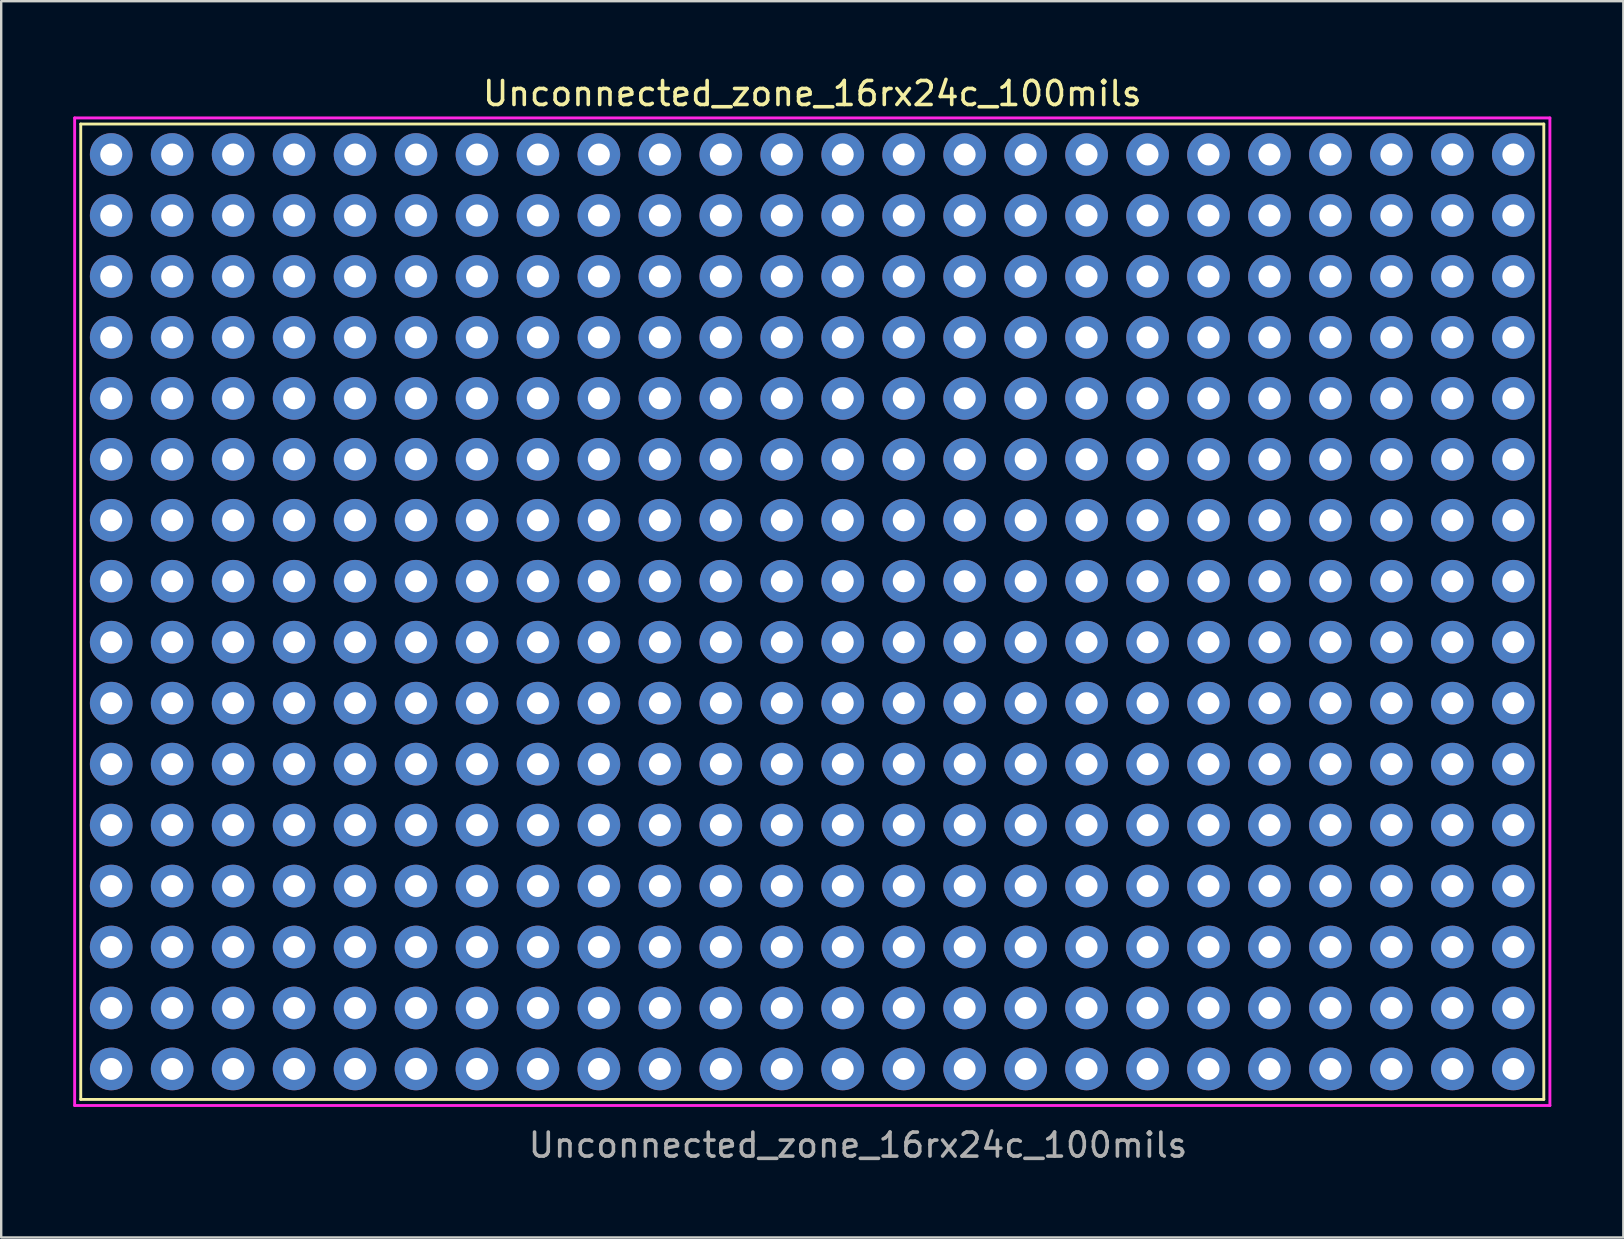
<source format=kicad_pcb>
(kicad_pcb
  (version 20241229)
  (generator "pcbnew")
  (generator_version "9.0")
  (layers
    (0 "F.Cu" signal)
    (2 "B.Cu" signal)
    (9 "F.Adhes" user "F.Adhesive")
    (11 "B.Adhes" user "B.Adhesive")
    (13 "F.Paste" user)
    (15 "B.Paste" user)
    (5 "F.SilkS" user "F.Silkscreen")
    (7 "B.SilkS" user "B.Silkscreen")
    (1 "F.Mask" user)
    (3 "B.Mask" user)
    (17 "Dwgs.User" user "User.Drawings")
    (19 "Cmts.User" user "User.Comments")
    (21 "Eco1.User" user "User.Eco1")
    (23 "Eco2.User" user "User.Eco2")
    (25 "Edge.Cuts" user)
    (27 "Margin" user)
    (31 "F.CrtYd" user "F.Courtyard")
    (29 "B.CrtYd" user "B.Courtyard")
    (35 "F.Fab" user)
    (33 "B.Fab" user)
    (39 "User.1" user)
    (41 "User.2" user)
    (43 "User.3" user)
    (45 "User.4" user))
  (footprint "Unconnected_zone_16rx24c_100mils"
    (layer "F.Cu")
    (at 1.584 3.388)
    (property "Reference" "Unconnected_zone_16rx24c_100mils" (at 29.21 -2.54 0) (layer "F.SilkS") (effects (font (size 1 1) (thickness 0.15))))
    (attr through_hole)
    (fp_line (start -1.27 -1.27) (end 59.69 -1.27) (stroke (width 0.12) (type solid)) (layer "F.SilkS"))
    (fp_line (start -1.27 39.37) (end -1.27 -1.27) (stroke (width 0.12) (type solid)) (layer "F.SilkS"))
    (fp_line (start 59.69 -1.27) (end 59.69 39.37) (stroke (width 0.12) (type solid)) (layer "F.SilkS"))
    (fp_line (start 59.69 39.37) (end -1.27 39.37) (stroke (width 0.12) (type solid)) (layer "F.SilkS"))
    (fp_line (start -1.524 -1.524) (end -1.524 39.624) (stroke (width 0.12) (type solid)) (layer "F.CrtYd"))
    (fp_line (start -1.524 39.624) (end 59.944 39.624) (stroke (width 0.12) (type solid)) (layer "F.CrtYd"))
    (fp_line (start 59.944 -1.524) (end -1.524 -1.524) (stroke (width 0.12) (type solid)) (layer "F.CrtYd"))
    (fp_line (start 59.944 39.624) (end 59.944 -1.524) (stroke (width 0.12) (type solid)) (layer "F.CrtYd"))
    (fp_text user "${REFERENCE}" (at 31.115 41.275 0) (layer "F.Fab") (effects (font (size 1 1) (thickness 0.15))))
    (pad "" thru_hole circle (at 0 0) (size 1.778 1.778) (drill 0.914) (layers "*.Cu" "*.Mask"))
    (pad "" thru_hole circle (at 0 2.54) (size 1.778 1.778) (drill 0.914) (layers "*.Cu" "*.Mask"))
    (pad "" thru_hole circle (at 0 5.08) (size 1.778 1.778) (drill 0.914) (layers "*.Cu" "*.Mask"))
    (pad "" thru_hole circle (at 0 7.62) (size 1.778 1.778) (drill 0.914) (layers "*.Cu" "*.Mask"))
    (pad "" thru_hole circle (at 0 10.16) (size 1.778 1.778) (drill 0.914) (layers "*.Cu" "*.Mask"))
    (pad "" thru_hole circle (at 0 12.7) (size 1.778 1.778) (drill 0.914) (layers "*.Cu" "*.Mask"))
    (pad "" thru_hole circle (at 0 15.24) (size 1.778 1.778) (drill 0.914) (layers "*.Cu" "*.Mask"))
    (pad "" thru_hole circle (at 0 17.78) (size 1.778 1.778) (drill 0.914) (layers "*.Cu" "*.Mask"))
    (pad "" thru_hole circle (at 0 20.32) (size 1.778 1.778) (drill 0.914) (layers "*.Cu" "*.Mask"))
    (pad "" thru_hole circle (at 0 22.86) (size 1.778 1.778) (drill 0.914) (layers "*.Cu" "*.Mask"))
    (pad "" thru_hole circle (at 0 25.4) (size 1.778 1.778) (drill 0.914) (layers "*.Cu" "*.Mask"))
    (pad "" thru_hole circle (at 0 27.94) (size 1.778 1.778) (drill 0.914) (layers "*.Cu" "*.Mask"))
    (pad "" thru_hole circle (at 0 30.48) (size 1.778 1.778) (drill 0.914) (layers "*.Cu" "*.Mask"))
    (pad "" thru_hole circle (at 0 33.02) (size 1.778 1.778) (drill 0.914) (layers "*.Cu" "*.Mask"))
    (pad "" thru_hole circle (at 0 35.56) (size 1.778 1.778) (drill 0.914) (layers "*.Cu" "*.Mask"))
    (pad "" thru_hole circle (at 0 38.1) (size 1.778 1.778) (drill 0.914) (layers "*.Cu" "*.Mask"))
    (pad "" thru_hole circle (at 2.54 0) (size 1.778 1.778) (drill 0.914) (layers "*.Cu" "*.Mask"))
    (pad "" thru_hole circle (at 2.54 2.54) (size 1.778 1.778) (drill 0.914) (layers "*.Cu" "*.Mask"))
    (pad "" thru_hole circle (at 2.54 5.08) (size 1.778 1.778) (drill 0.914) (layers "*.Cu" "*.Mask"))
    (pad "" thru_hole circle (at 2.54 7.62) (size 1.778 1.778) (drill 0.914) (layers "*.Cu" "*.Mask"))
    (pad "" thru_hole circle (at 2.54 10.16) (size 1.778 1.778) (drill 0.914) (layers "*.Cu" "*.Mask"))
    (pad "" thru_hole circle (at 2.54 12.7) (size 1.778 1.778) (drill 0.914) (layers "*.Cu" "*.Mask"))
    (pad "" thru_hole circle (at 2.54 15.24) (size 1.778 1.778) (drill 0.914) (layers "*.Cu" "*.Mask"))
    (pad "" thru_hole circle (at 2.54 17.78) (size 1.778 1.778) (drill 0.914) (layers "*.Cu" "*.Mask"))
    (pad "" thru_hole circle (at 2.54 20.32) (size 1.778 1.778) (drill 0.914) (layers "*.Cu" "*.Mask"))
    (pad "" thru_hole circle (at 2.54 22.86) (size 1.778 1.778) (drill 0.914) (layers "*.Cu" "*.Mask"))
    (pad "" thru_hole circle (at 2.54 25.4) (size 1.778 1.778) (drill 0.914) (layers "*.Cu" "*.Mask"))
    (pad "" thru_hole circle (at 2.54 27.94) (size 1.778 1.778) (drill 0.914) (layers "*.Cu" "*.Mask"))
    (pad "" thru_hole circle (at 2.54 30.48) (size 1.778 1.778) (drill 0.914) (layers "*.Cu" "*.Mask"))
    (pad "" thru_hole circle (at 2.54 33.02) (size 1.778 1.778) (drill 0.914) (layers "*.Cu" "*.Mask"))
    (pad "" thru_hole circle (at 2.54 35.56) (size 1.778 1.778) (drill 0.914) (layers "*.Cu" "*.Mask"))
    (pad "" thru_hole circle (at 2.54 38.1) (size 1.778 1.778) (drill 0.914) (layers "*.Cu" "*.Mask"))
    (pad "" thru_hole circle (at 5.08 0) (size 1.778 1.778) (drill 0.914) (layers "*.Cu" "*.Mask"))
    (pad "" thru_hole circle (at 5.08 2.54) (size 1.778 1.778) (drill 0.914) (layers "*.Cu" "*.Mask"))
    (pad "" thru_hole circle (at 5.08 5.08) (size 1.778 1.778) (drill 0.914) (layers "*.Cu" "*.Mask"))
    (pad "" thru_hole circle (at 5.08 7.62) (size 1.778 1.778) (drill 0.914) (layers "*.Cu" "*.Mask"))
    (pad "" thru_hole circle (at 5.08 10.16) (size 1.778 1.778) (drill 0.914) (layers "*.Cu" "*.Mask"))
    (pad "" thru_hole circle (at 5.08 12.7) (size 1.778 1.778) (drill 0.914) (layers "*.Cu" "*.Mask"))
    (pad "" thru_hole circle (at 5.08 15.24) (size 1.778 1.778) (drill 0.914) (layers "*.Cu" "*.Mask"))
    (pad "" thru_hole circle (at 5.08 17.78) (size 1.778 1.778) (drill 0.914) (layers "*.Cu" "*.Mask"))
    (pad "" thru_hole circle (at 5.08 20.32) (size 1.778 1.778) (drill 0.914) (layers "*.Cu" "*.Mask"))
    (pad "" thru_hole circle (at 5.08 22.86) (size 1.778 1.778) (drill 0.914) (layers "*.Cu" "*.Mask"))
    (pad "" thru_hole circle (at 5.08 25.4) (size 1.778 1.778) (drill 0.914) (layers "*.Cu" "*.Mask"))
    (pad "" thru_hole circle (at 5.08 27.94) (size 1.778 1.778) (drill 0.914) (layers "*.Cu" "*.Mask"))
    (pad "" thru_hole circle (at 5.08 30.48) (size 1.778 1.778) (drill 0.914) (layers "*.Cu" "*.Mask"))
    (pad "" thru_hole circle (at 5.08 33.02) (size 1.778 1.778) (drill 0.914) (layers "*.Cu" "*.Mask"))
    (pad "" thru_hole circle (at 5.08 35.56) (size 1.778 1.778) (drill 0.914) (layers "*.Cu" "*.Mask"))
    (pad "" thru_hole circle (at 5.08 38.1) (size 1.778 1.778) (drill 0.914) (layers "*.Cu" "*.Mask"))
    (pad "" thru_hole circle (at 7.62 0) (size 1.778 1.778) (drill 0.914) (layers "*.Cu" "*.Mask"))
    (pad "" thru_hole circle (at 7.62 2.54) (size 1.778 1.778) (drill 0.914) (layers "*.Cu" "*.Mask"))
    (pad "" thru_hole circle (at 7.62 5.08) (size 1.778 1.778) (drill 0.914) (layers "*.Cu" "*.Mask"))
    (pad "" thru_hole circle (at 7.62 7.62) (size 1.778 1.778) (drill 0.914) (layers "*.Cu" "*.Mask"))
    (pad "" thru_hole circle (at 7.62 10.16) (size 1.778 1.778) (drill 0.914) (layers "*.Cu" "*.Mask"))
    (pad "" thru_hole circle (at 7.62 12.7) (size 1.778 1.778) (drill 0.914) (layers "*.Cu" "*.Mask"))
    (pad "" thru_hole circle (at 7.62 15.24) (size 1.778 1.778) (drill 0.914) (layers "*.Cu" "*.Mask"))
    (pad "" thru_hole circle (at 7.62 17.78) (size 1.778 1.778) (drill 0.914) (layers "*.Cu" "*.Mask"))
    (pad "" thru_hole circle (at 7.62 20.32) (size 1.778 1.778) (drill 0.914) (layers "*.Cu" "*.Mask"))
    (pad "" thru_hole circle (at 7.62 22.86) (size 1.778 1.778) (drill 0.914) (layers "*.Cu" "*.Mask"))
    (pad "" thru_hole circle (at 7.62 25.4) (size 1.778 1.778) (drill 0.914) (layers "*.Cu" "*.Mask"))
    (pad "" thru_hole circle (at 7.62 27.94) (size 1.778 1.778) (drill 0.914) (layers "*.Cu" "*.Mask"))
    (pad "" thru_hole circle (at 7.62 30.48) (size 1.778 1.778) (drill 0.914) (layers "*.Cu" "*.Mask"))
    (pad "" thru_hole circle (at 7.62 33.02) (size 1.778 1.778) (drill 0.914) (layers "*.Cu" "*.Mask"))
    (pad "" thru_hole circle (at 7.62 35.56) (size 1.778 1.778) (drill 0.914) (layers "*.Cu" "*.Mask"))
    (pad "" thru_hole circle (at 7.62 38.1) (size 1.778 1.778) (drill 0.914) (layers "*.Cu" "*.Mask"))
    (pad "" thru_hole circle (at 10.16 0) (size 1.778 1.778) (drill 0.914) (layers "*.Cu" "*.Mask"))
    (pad "" thru_hole circle (at 10.16 2.54) (size 1.778 1.778) (drill 0.914) (layers "*.Cu" "*.Mask"))
    (pad "" thru_hole circle (at 10.16 5.08) (size 1.778 1.778) (drill 0.914) (layers "*.Cu" "*.Mask"))
    (pad "" thru_hole circle (at 10.16 7.62) (size 1.778 1.778) (drill 0.914) (layers "*.Cu" "*.Mask"))
    (pad "" thru_hole circle (at 10.16 10.16) (size 1.778 1.778) (drill 0.914) (layers "*.Cu" "*.Mask"))
    (pad "" thru_hole circle (at 10.16 12.7) (size 1.778 1.778) (drill 0.914) (layers "*.Cu" "*.Mask"))
    (pad "" thru_hole circle (at 10.16 15.24) (size 1.778 1.778) (drill 0.914) (layers "*.Cu" "*.Mask"))
    (pad "" thru_hole circle (at 10.16 17.78) (size 1.778 1.778) (drill 0.914) (layers "*.Cu" "*.Mask"))
    (pad "" thru_hole circle (at 10.16 20.32) (size 1.778 1.778) (drill 0.914) (layers "*.Cu" "*.Mask"))
    (pad "" thru_hole circle (at 10.16 22.86) (size 1.778 1.778) (drill 0.914) (layers "*.Cu" "*.Mask"))
    (pad "" thru_hole circle (at 10.16 25.4) (size 1.778 1.778) (drill 0.914) (layers "*.Cu" "*.Mask"))
    (pad "" thru_hole circle (at 10.16 27.94) (size 1.778 1.778) (drill 0.914) (layers "*.Cu" "*.Mask"))
    (pad "" thru_hole circle (at 10.16 30.48) (size 1.778 1.778) (drill 0.914) (layers "*.Cu" "*.Mask"))
    (pad "" thru_hole circle (at 10.16 33.02) (size 1.778 1.778) (drill 0.914) (layers "*.Cu" "*.Mask"))
    (pad "" thru_hole circle (at 10.16 35.56) (size 1.778 1.778) (drill 0.914) (layers "*.Cu" "*.Mask"))
    (pad "" thru_hole circle (at 10.16 38.1) (size 1.778 1.778) (drill 0.914) (layers "*.Cu" "*.Mask"))
    (pad "" thru_hole circle (at 12.7 0) (size 1.778 1.778) (drill 0.914) (layers "*.Cu" "*.Mask"))
    (pad "" thru_hole circle (at 12.7 2.54) (size 1.778 1.778) (drill 0.914) (layers "*.Cu" "*.Mask"))
    (pad "" thru_hole circle (at 12.7 5.08) (size 1.778 1.778) (drill 0.914) (layers "*.Cu" "*.Mask"))
    (pad "" thru_hole circle (at 12.7 7.62) (size 1.778 1.778) (drill 0.914) (layers "*.Cu" "*.Mask"))
    (pad "" thru_hole circle (at 12.7 10.16) (size 1.778 1.778) (drill 0.914) (layers "*.Cu" "*.Mask"))
    (pad "" thru_hole circle (at 12.7 12.7) (size 1.778 1.778) (drill 0.914) (layers "*.Cu" "*.Mask"))
    (pad "" thru_hole circle (at 12.7 15.24) (size 1.778 1.778) (drill 0.914) (layers "*.Cu" "*.Mask"))
    (pad "" thru_hole circle (at 12.7 17.78) (size 1.778 1.778) (drill 0.914) (layers "*.Cu" "*.Mask"))
    (pad "" thru_hole circle (at 12.7 20.32) (size 1.778 1.778) (drill 0.914) (layers "*.Cu" "*.Mask"))
    (pad "" thru_hole circle (at 12.7 22.86) (size 1.778 1.778) (drill 0.914) (layers "*.Cu" "*.Mask"))
    (pad "" thru_hole circle (at 12.7 25.4) (size 1.778 1.778) (drill 0.914) (layers "*.Cu" "*.Mask"))
    (pad "" thru_hole circle (at 12.7 27.94) (size 1.778 1.778) (drill 0.914) (layers "*.Cu" "*.Mask"))
    (pad "" thru_hole circle (at 12.7 30.48) (size 1.778 1.778) (drill 0.914) (layers "*.Cu" "*.Mask"))
    (pad "" thru_hole circle (at 12.7 33.02) (size 1.778 1.778) (drill 0.914) (layers "*.Cu" "*.Mask"))
    (pad "" thru_hole circle (at 12.7 35.56) (size 1.778 1.778) (drill 0.914) (layers "*.Cu" "*.Mask"))
    (pad "" thru_hole circle (at 12.7 38.1) (size 1.778 1.778) (drill 0.914) (layers "*.Cu" "*.Mask"))
    (pad "" thru_hole circle (at 15.24 0) (size 1.778 1.778) (drill 0.914) (layers "*.Cu" "*.Mask"))
    (pad "" thru_hole circle (at 15.24 2.54) (size 1.778 1.778) (drill 0.914) (layers "*.Cu" "*.Mask"))
    (pad "" thru_hole circle (at 15.24 5.08) (size 1.778 1.778) (drill 0.914) (layers "*.Cu" "*.Mask"))
    (pad "" thru_hole circle (at 15.24 7.62) (size 1.778 1.778) (drill 0.914) (layers "*.Cu" "*.Mask"))
    (pad "" thru_hole circle (at 15.24 10.16) (size 1.778 1.778) (drill 0.914) (layers "*.Cu" "*.Mask"))
    (pad "" thru_hole circle (at 15.24 12.7) (size 1.778 1.778) (drill 0.914) (layers "*.Cu" "*.Mask"))
    (pad "" thru_hole circle (at 15.24 15.24) (size 1.778 1.778) (drill 0.914) (layers "*.Cu" "*.Mask"))
    (pad "" thru_hole circle (at 15.24 17.78) (size 1.778 1.778) (drill 0.914) (layers "*.Cu" "*.Mask"))
    (pad "" thru_hole circle (at 15.24 20.32) (size 1.778 1.778) (drill 0.914) (layers "*.Cu" "*.Mask"))
    (pad "" thru_hole circle (at 15.24 22.86) (size 1.778 1.778) (drill 0.914) (layers "*.Cu" "*.Mask"))
    (pad "" thru_hole circle (at 15.24 25.4) (size 1.778 1.778) (drill 0.914) (layers "*.Cu" "*.Mask"))
    (pad "" thru_hole circle (at 15.24 27.94) (size 1.778 1.778) (drill 0.914) (layers "*.Cu" "*.Mask"))
    (pad "" thru_hole circle (at 15.24 30.48) (size 1.778 1.778) (drill 0.914) (layers "*.Cu" "*.Mask"))
    (pad "" thru_hole circle (at 15.24 33.02) (size 1.778 1.778) (drill 0.914) (layers "*.Cu" "*.Mask"))
    (pad "" thru_hole circle (at 15.24 35.56) (size 1.778 1.778) (drill 0.914) (layers "*.Cu" "*.Mask"))
    (pad "" thru_hole circle (at 15.24 38.1) (size 1.778 1.778) (drill 0.914) (layers "*.Cu" "*.Mask"))
    (pad "" thru_hole circle (at 17.78 0) (size 1.778 1.778) (drill 0.914) (layers "*.Cu" "*.Mask"))
    (pad "" thru_hole circle (at 17.78 2.54) (size 1.778 1.778) (drill 0.914) (layers "*.Cu" "*.Mask"))
    (pad "" thru_hole circle (at 17.78 5.08) (size 1.778 1.778) (drill 0.914) (layers "*.Cu" "*.Mask"))
    (pad "" thru_hole circle (at 17.78 7.62) (size 1.778 1.778) (drill 0.914) (layers "*.Cu" "*.Mask"))
    (pad "" thru_hole circle (at 17.78 10.16) (size 1.778 1.778) (drill 0.914) (layers "*.Cu" "*.Mask"))
    (pad "" thru_hole circle (at 17.78 12.7) (size 1.778 1.778) (drill 0.914) (layers "*.Cu" "*.Mask"))
    (pad "" thru_hole circle (at 17.78 15.24) (size 1.778 1.778) (drill 0.914) (layers "*.Cu" "*.Mask"))
    (pad "" thru_hole circle (at 17.78 17.78) (size 1.778 1.778) (drill 0.914) (layers "*.Cu" "*.Mask"))
    (pad "" thru_hole circle (at 17.78 20.32) (size 1.778 1.778) (drill 0.914) (layers "*.Cu" "*.Mask"))
    (pad "" thru_hole circle (at 17.78 22.86) (size 1.778 1.778) (drill 0.914) (layers "*.Cu" "*.Mask"))
    (pad "" thru_hole circle (at 17.78 25.4) (size 1.778 1.778) (drill 0.914) (layers "*.Cu" "*.Mask"))
    (pad "" thru_hole circle (at 17.78 27.94) (size 1.778 1.778) (drill 0.914) (layers "*.Cu" "*.Mask"))
    (pad "" thru_hole circle (at 17.78 30.48) (size 1.778 1.778) (drill 0.914) (layers "*.Cu" "*.Mask"))
    (pad "" thru_hole circle (at 17.78 33.02) (size 1.778 1.778) (drill 0.914) (layers "*.Cu" "*.Mask"))
    (pad "" thru_hole circle (at 17.78 35.56) (size 1.778 1.778) (drill 0.914) (layers "*.Cu" "*.Mask"))
    (pad "" thru_hole circle (at 17.78 38.1) (size 1.778 1.778) (drill 0.914) (layers "*.Cu" "*.Mask"))
    (pad "" thru_hole circle (at 20.32 0) (size 1.778 1.778) (drill 0.914) (layers "*.Cu" "*.Mask"))
    (pad "" thru_hole circle (at 20.32 2.54) (size 1.778 1.778) (drill 0.914) (layers "*.Cu" "*.Mask"))
    (pad "" thru_hole circle (at 20.32 5.08) (size 1.778 1.778) (drill 0.914) (layers "*.Cu" "*.Mask"))
    (pad "" thru_hole circle (at 20.32 7.62) (size 1.778 1.778) (drill 0.914) (layers "*.Cu" "*.Mask"))
    (pad "" thru_hole circle (at 20.32 10.16) (size 1.778 1.778) (drill 0.914) (layers "*.Cu" "*.Mask"))
    (pad "" thru_hole circle (at 20.32 12.7) (size 1.778 1.778) (drill 0.914) (layers "*.Cu" "*.Mask"))
    (pad "" thru_hole circle (at 20.32 15.24) (size 1.778 1.778) (drill 0.914) (layers "*.Cu" "*.Mask"))
    (pad "" thru_hole circle (at 20.32 17.78) (size 1.778 1.778) (drill 0.914) (layers "*.Cu" "*.Mask"))
    (pad "" thru_hole circle (at 20.32 20.32) (size 1.778 1.778) (drill 0.914) (layers "*.Cu" "*.Mask"))
    (pad "" thru_hole circle (at 20.32 22.86) (size 1.778 1.778) (drill 0.914) (layers "*.Cu" "*.Mask"))
    (pad "" thru_hole circle (at 20.32 25.4) (size 1.778 1.778) (drill 0.914) (layers "*.Cu" "*.Mask"))
    (pad "" thru_hole circle (at 20.32 27.94) (size 1.778 1.778) (drill 0.914) (layers "*.Cu" "*.Mask"))
    (pad "" thru_hole circle (at 20.32 30.48) (size 1.778 1.778) (drill 0.914) (layers "*.Cu" "*.Mask"))
    (pad "" thru_hole circle (at 20.32 33.02) (size 1.778 1.778) (drill 0.914) (layers "*.Cu" "*.Mask"))
    (pad "" thru_hole circle (at 20.32 35.56) (size 1.778 1.778) (drill 0.914) (layers "*.Cu" "*.Mask"))
    (pad "" thru_hole circle (at 20.32 38.1) (size 1.778 1.778) (drill 0.914) (layers "*.Cu" "*.Mask"))
    (pad "" thru_hole circle (at 22.86 0) (size 1.778 1.778) (drill 0.914) (layers "*.Cu" "*.Mask"))
    (pad "" thru_hole circle (at 22.86 2.54) (size 1.778 1.778) (drill 0.914) (layers "*.Cu" "*.Mask"))
    (pad "" thru_hole circle (at 22.86 5.08) (size 1.778 1.778) (drill 0.914) (layers "*.Cu" "*.Mask"))
    (pad "" thru_hole circle (at 22.86 7.62) (size 1.778 1.778) (drill 0.914) (layers "*.Cu" "*.Mask"))
    (pad "" thru_hole circle (at 22.86 10.16) (size 1.778 1.778) (drill 0.914) (layers "*.Cu" "*.Mask"))
    (pad "" thru_hole circle (at 22.86 12.7) (size 1.778 1.778) (drill 0.914) (layers "*.Cu" "*.Mask"))
    (pad "" thru_hole circle (at 22.86 15.24) (size 1.778 1.778) (drill 0.914) (layers "*.Cu" "*.Mask"))
    (pad "" thru_hole circle (at 22.86 17.78) (size 1.778 1.778) (drill 0.914) (layers "*.Cu" "*.Mask"))
    (pad "" thru_hole circle (at 22.86 20.32) (size 1.778 1.778) (drill 0.914) (layers "*.Cu" "*.Mask"))
    (pad "" thru_hole circle (at 22.86 22.86) (size 1.778 1.778) (drill 0.914) (layers "*.Cu" "*.Mask"))
    (pad "" thru_hole circle (at 22.86 25.4) (size 1.778 1.778) (drill 0.914) (layers "*.Cu" "*.Mask"))
    (pad "" thru_hole circle (at 22.86 27.94) (size 1.778 1.778) (drill 0.914) (layers "*.Cu" "*.Mask"))
    (pad "" thru_hole circle (at 22.86 30.48) (size 1.778 1.778) (drill 0.914) (layers "*.Cu" "*.Mask"))
    (pad "" thru_hole circle (at 22.86 33.02) (size 1.778 1.778) (drill 0.914) (layers "*.Cu" "*.Mask"))
    (pad "" thru_hole circle (at 22.86 35.56) (size 1.778 1.778) (drill 0.914) (layers "*.Cu" "*.Mask"))
    (pad "" thru_hole circle (at 22.86 38.1) (size 1.778 1.778) (drill 0.914) (layers "*.Cu" "*.Mask"))
    (pad "" thru_hole circle (at 25.4 0) (size 1.778 1.778) (drill 0.914) (layers "*.Cu" "*.Mask"))
    (pad "" thru_hole circle (at 25.4 2.54) (size 1.778 1.778) (drill 0.914) (layers "*.Cu" "*.Mask"))
    (pad "" thru_hole circle (at 25.4 5.08) (size 1.778 1.778) (drill 0.914) (layers "*.Cu" "*.Mask"))
    (pad "" thru_hole circle (at 25.4 7.62) (size 1.778 1.778) (drill 0.914) (layers "*.Cu" "*.Mask"))
    (pad "" thru_hole circle (at 25.4 10.16) (size 1.778 1.778) (drill 0.914) (layers "*.Cu" "*.Mask"))
    (pad "" thru_hole circle (at 25.4 12.7) (size 1.778 1.778) (drill 0.914) (layers "*.Cu" "*.Mask"))
    (pad "" thru_hole circle (at 25.4 15.24) (size 1.778 1.778) (drill 0.914) (layers "*.Cu" "*.Mask"))
    (pad "" thru_hole circle (at 25.4 17.78) (size 1.778 1.778) (drill 0.914) (layers "*.Cu" "*.Mask"))
    (pad "" thru_hole circle (at 25.4 20.32) (size 1.778 1.778) (drill 0.914) (layers "*.Cu" "*.Mask"))
    (pad "" thru_hole circle (at 25.4 22.86) (size 1.778 1.778) (drill 0.914) (layers "*.Cu" "*.Mask"))
    (pad "" thru_hole circle (at 25.4 25.4) (size 1.778 1.778) (drill 0.914) (layers "*.Cu" "*.Mask"))
    (pad "" thru_hole circle (at 25.4 27.94) (size 1.778 1.778) (drill 0.914) (layers "*.Cu" "*.Mask"))
    (pad "" thru_hole circle (at 25.4 30.48) (size 1.778 1.778) (drill 0.914) (layers "*.Cu" "*.Mask"))
    (pad "" thru_hole circle (at 25.4 33.02) (size 1.778 1.778) (drill 0.914) (layers "*.Cu" "*.Mask"))
    (pad "" thru_hole circle (at 25.4 35.56) (size 1.778 1.778) (drill 0.914) (layers "*.Cu" "*.Mask"))
    (pad "" thru_hole circle (at 25.4 38.1) (size 1.778 1.778) (drill 0.914) (layers "*.Cu" "*.Mask"))
    (pad "" thru_hole circle (at 27.94 0) (size 1.778 1.778) (drill 0.914) (layers "*.Cu" "*.Mask"))
    (pad "" thru_hole circle (at 27.94 2.54) (size 1.778 1.778) (drill 0.914) (layers "*.Cu" "*.Mask"))
    (pad "" thru_hole circle (at 27.94 5.08) (size 1.778 1.778) (drill 0.914) (layers "*.Cu" "*.Mask"))
    (pad "" thru_hole circle (at 27.94 7.62) (size 1.778 1.778) (drill 0.914) (layers "*.Cu" "*.Mask"))
    (pad "" thru_hole circle (at 27.94 10.16) (size 1.778 1.778) (drill 0.914) (layers "*.Cu" "*.Mask"))
    (pad "" thru_hole circle (at 27.94 12.7) (size 1.778 1.778) (drill 0.914) (layers "*.Cu" "*.Mask"))
    (pad "" thru_hole circle (at 27.94 15.24) (size 1.778 1.778) (drill 0.914) (layers "*.Cu" "*.Mask"))
    (pad "" thru_hole circle (at 27.94 17.78) (size 1.778 1.778) (drill 0.914) (layers "*.Cu" "*.Mask"))
    (pad "" thru_hole circle (at 27.94 20.32) (size 1.778 1.778) (drill 0.914) (layers "*.Cu" "*.Mask"))
    (pad "" thru_hole circle (at 27.94 22.86) (size 1.778 1.778) (drill 0.914) (layers "*.Cu" "*.Mask"))
    (pad "" thru_hole circle (at 27.94 25.4) (size 1.778 1.778) (drill 0.914) (layers "*.Cu" "*.Mask"))
    (pad "" thru_hole circle (at 27.94 27.94) (size 1.778 1.778) (drill 0.914) (layers "*.Cu" "*.Mask"))
    (pad "" thru_hole circle (at 27.94 30.48) (size 1.778 1.778) (drill 0.914) (layers "*.Cu" "*.Mask"))
    (pad "" thru_hole circle (at 27.94 33.02) (size 1.778 1.778) (drill 0.914) (layers "*.Cu" "*.Mask"))
    (pad "" thru_hole circle (at 27.94 35.56) (size 1.778 1.778) (drill 0.914) (layers "*.Cu" "*.Mask"))
    (pad "" thru_hole circle (at 27.94 38.1) (size 1.778 1.778) (drill 0.914) (layers "*.Cu" "*.Mask"))
    (pad "" thru_hole circle (at 30.48 0) (size 1.778 1.778) (drill 0.914) (layers "*.Cu" "*.Mask"))
    (pad "" thru_hole circle (at 30.48 2.54) (size 1.778 1.778) (drill 0.914) (layers "*.Cu" "*.Mask"))
    (pad "" thru_hole circle (at 30.48 5.08) (size 1.778 1.778) (drill 0.914) (layers "*.Cu" "*.Mask"))
    (pad "" thru_hole circle (at 30.48 7.62) (size 1.778 1.778) (drill 0.914) (layers "*.Cu" "*.Mask"))
    (pad "" thru_hole circle (at 30.48 10.16) (size 1.778 1.778) (drill 0.914) (layers "*.Cu" "*.Mask"))
    (pad "" thru_hole circle (at 30.48 12.7) (size 1.778 1.778) (drill 0.914) (layers "*.Cu" "*.Mask"))
    (pad "" thru_hole circle (at 30.48 15.24) (size 1.778 1.778) (drill 0.914) (layers "*.Cu" "*.Mask"))
    (pad "" thru_hole circle (at 30.48 17.78) (size 1.778 1.778) (drill 0.914) (layers "*.Cu" "*.Mask"))
    (pad "" thru_hole circle (at 30.48 20.32) (size 1.778 1.778) (drill 0.914) (layers "*.Cu" "*.Mask"))
    (pad "" thru_hole circle (at 30.48 22.86) (size 1.778 1.778) (drill 0.914) (layers "*.Cu" "*.Mask"))
    (pad "" thru_hole circle (at 30.48 25.4) (size 1.778 1.778) (drill 0.914) (layers "*.Cu" "*.Mask"))
    (pad "" thru_hole circle (at 30.48 27.94) (size 1.778 1.778) (drill 0.914) (layers "*.Cu" "*.Mask"))
    (pad "" thru_hole circle (at 30.48 30.48) (size 1.778 1.778) (drill 0.914) (layers "*.Cu" "*.Mask"))
    (pad "" thru_hole circle (at 30.48 33.02) (size 1.778 1.778) (drill 0.914) (layers "*.Cu" "*.Mask"))
    (pad "" thru_hole circle (at 30.48 35.56) (size 1.778 1.778) (drill 0.914) (layers "*.Cu" "*.Mask"))
    (pad "" thru_hole circle (at 30.48 38.1) (size 1.778 1.778) (drill 0.914) (layers "*.Cu" "*.Mask"))
    (pad "" thru_hole circle (at 33.02 0) (size 1.778 1.778) (drill 0.914) (layers "*.Cu" "*.Mask"))
    (pad "" thru_hole circle (at 33.02 2.54) (size 1.778 1.778) (drill 0.914) (layers "*.Cu" "*.Mask"))
    (pad "" thru_hole circle (at 33.02 5.08) (size 1.778 1.778) (drill 0.914) (layers "*.Cu" "*.Mask"))
    (pad "" thru_hole circle (at 33.02 7.62) (size 1.778 1.778) (drill 0.914) (layers "*.Cu" "*.Mask"))
    (pad "" thru_hole circle (at 33.02 10.16) (size 1.778 1.778) (drill 0.914) (layers "*.Cu" "*.Mask"))
    (pad "" thru_hole circle (at 33.02 12.7) (size 1.778 1.778) (drill 0.914) (layers "*.Cu" "*.Mask"))
    (pad "" thru_hole circle (at 33.02 15.24) (size 1.778 1.778) (drill 0.914) (layers "*.Cu" "*.Mask"))
    (pad "" thru_hole circle (at 33.02 17.78) (size 1.778 1.778) (drill 0.914) (layers "*.Cu" "*.Mask"))
    (pad "" thru_hole circle (at 33.02 20.32) (size 1.778 1.778) (drill 0.914) (layers "*.Cu" "*.Mask"))
    (pad "" thru_hole circle (at 33.02 22.86) (size 1.778 1.778) (drill 0.914) (layers "*.Cu" "*.Mask"))
    (pad "" thru_hole circle (at 33.02 25.4) (size 1.778 1.778) (drill 0.914) (layers "*.Cu" "*.Mask"))
    (pad "" thru_hole circle (at 33.02 27.94) (size 1.778 1.778) (drill 0.914) (layers "*.Cu" "*.Mask"))
    (pad "" thru_hole circle (at 33.02 30.48) (size 1.778 1.778) (drill 0.914) (layers "*.Cu" "*.Mask"))
    (pad "" thru_hole circle (at 33.02 33.02) (size 1.778 1.778) (drill 0.914) (layers "*.Cu" "*.Mask"))
    (pad "" thru_hole circle (at 33.02 35.56) (size 1.778 1.778) (drill 0.914) (layers "*.Cu" "*.Mask"))
    (pad "" thru_hole circle (at 33.02 38.1) (size 1.778 1.778) (drill 0.914) (layers "*.Cu" "*.Mask"))
    (pad "" thru_hole circle (at 35.56 0) (size 1.778 1.778) (drill 0.914) (layers "*.Cu" "*.Mask"))
    (pad "" thru_hole circle (at 35.56 2.54) (size 1.778 1.778) (drill 0.914) (layers "*.Cu" "*.Mask"))
    (pad "" thru_hole circle (at 35.56 5.08) (size 1.778 1.778) (drill 0.914) (layers "*.Cu" "*.Mask"))
    (pad "" thru_hole circle (at 35.56 7.62) (size 1.778 1.778) (drill 0.914) (layers "*.Cu" "*.Mask"))
    (pad "" thru_hole circle (at 35.56 10.16) (size 1.778 1.778) (drill 0.914) (layers "*.Cu" "*.Mask"))
    (pad "" thru_hole circle (at 35.56 12.7) (size 1.778 1.778) (drill 0.914) (layers "*.Cu" "*.Mask"))
    (pad "" thru_hole circle (at 35.56 15.24) (size 1.778 1.778) (drill 0.914) (layers "*.Cu" "*.Mask"))
    (pad "" thru_hole circle (at 35.56 17.78) (size 1.778 1.778) (drill 0.914) (layers "*.Cu" "*.Mask"))
    (pad "" thru_hole circle (at 35.56 20.32) (size 1.778 1.778) (drill 0.914) (layers "*.Cu" "*.Mask"))
    (pad "" thru_hole circle (at 35.56 22.86) (size 1.778 1.778) (drill 0.914) (layers "*.Cu" "*.Mask"))
    (pad "" thru_hole circle (at 35.56 25.4) (size 1.778 1.778) (drill 0.914) (layers "*.Cu" "*.Mask"))
    (pad "" thru_hole circle (at 35.56 27.94) (size 1.778 1.778) (drill 0.914) (layers "*.Cu" "*.Mask"))
    (pad "" thru_hole circle (at 35.56 30.48) (size 1.778 1.778) (drill 0.914) (layers "*.Cu" "*.Mask"))
    (pad "" thru_hole circle (at 35.56 33.02) (size 1.778 1.778) (drill 0.914) (layers "*.Cu" "*.Mask"))
    (pad "" thru_hole circle (at 35.56 35.56) (size 1.778 1.778) (drill 0.914) (layers "*.Cu" "*.Mask"))
    (pad "" thru_hole circle (at 35.56 38.1) (size 1.778 1.778) (drill 0.914) (layers "*.Cu" "*.Mask"))
    (pad "" thru_hole circle (at 38.1 0) (size 1.778 1.778) (drill 0.914) (layers "*.Cu" "*.Mask"))
    (pad "" thru_hole circle (at 38.1 2.54) (size 1.778 1.778) (drill 0.914) (layers "*.Cu" "*.Mask"))
    (pad "" thru_hole circle (at 38.1 5.08) (size 1.778 1.778) (drill 0.914) (layers "*.Cu" "*.Mask"))
    (pad "" thru_hole circle (at 38.1 7.62) (size 1.778 1.778) (drill 0.914) (layers "*.Cu" "*.Mask"))
    (pad "" thru_hole circle (at 38.1 10.16) (size 1.778 1.778) (drill 0.914) (layers "*.Cu" "*.Mask"))
    (pad "" thru_hole circle (at 38.1 12.7) (size 1.778 1.778) (drill 0.914) (layers "*.Cu" "*.Mask"))
    (pad "" thru_hole circle (at 38.1 15.24) (size 1.778 1.778) (drill 0.914) (layers "*.Cu" "*.Mask"))
    (pad "" thru_hole circle (at 38.1 17.78) (size 1.778 1.778) (drill 0.914) (layers "*.Cu" "*.Mask"))
    (pad "" thru_hole circle (at 38.1 20.32) (size 1.778 1.778) (drill 0.914) (layers "*.Cu" "*.Mask"))
    (pad "" thru_hole circle (at 38.1 22.86) (size 1.778 1.778) (drill 0.914) (layers "*.Cu" "*.Mask"))
    (pad "" thru_hole circle (at 38.1 25.4) (size 1.778 1.778) (drill 0.914) (layers "*.Cu" "*.Mask"))
    (pad "" thru_hole circle (at 38.1 27.94) (size 1.778 1.778) (drill 0.914) (layers "*.Cu" "*.Mask"))
    (pad "" thru_hole circle (at 38.1 30.48) (size 1.778 1.778) (drill 0.914) (layers "*.Cu" "*.Mask"))
    (pad "" thru_hole circle (at 38.1 33.02) (size 1.778 1.778) (drill 0.914) (layers "*.Cu" "*.Mask"))
    (pad "" thru_hole circle (at 38.1 35.56) (size 1.778 1.778) (drill 0.914) (layers "*.Cu" "*.Mask"))
    (pad "" thru_hole circle (at 38.1 38.1) (size 1.778 1.778) (drill 0.914) (layers "*.Cu" "*.Mask"))
    (pad "" thru_hole circle (at 40.64 0) (size 1.778 1.778) (drill 0.914) (layers "*.Cu" "*.Mask"))
    (pad "" thru_hole circle (at 40.64 2.54) (size 1.778 1.778) (drill 0.914) (layers "*.Cu" "*.Mask"))
    (pad "" thru_hole circle (at 40.64 5.08) (size 1.778 1.778) (drill 0.914) (layers "*.Cu" "*.Mask"))
    (pad "" thru_hole circle (at 40.64 7.62) (size 1.778 1.778) (drill 0.914) (layers "*.Cu" "*.Mask"))
    (pad "" thru_hole circle (at 40.64 10.16) (size 1.778 1.778) (drill 0.914) (layers "*.Cu" "*.Mask"))
    (pad "" thru_hole circle (at 40.64 12.7) (size 1.778 1.778) (drill 0.914) (layers "*.Cu" "*.Mask"))
    (pad "" thru_hole circle (at 40.64 15.24) (size 1.778 1.778) (drill 0.914) (layers "*.Cu" "*.Mask"))
    (pad "" thru_hole circle (at 40.64 17.78) (size 1.778 1.778) (drill 0.914) (layers "*.Cu" "*.Mask"))
    (pad "" thru_hole circle (at 40.64 20.32) (size 1.778 1.778) (drill 0.914) (layers "*.Cu" "*.Mask"))
    (pad "" thru_hole circle (at 40.64 22.86) (size 1.778 1.778) (drill 0.914) (layers "*.Cu" "*.Mask"))
    (pad "" thru_hole circle (at 40.64 25.4) (size 1.778 1.778) (drill 0.914) (layers "*.Cu" "*.Mask"))
    (pad "" thru_hole circle (at 40.64 27.94) (size 1.778 1.778) (drill 0.914) (layers "*.Cu" "*.Mask"))
    (pad "" thru_hole circle (at 40.64 30.48) (size 1.778 1.778) (drill 0.914) (layers "*.Cu" "*.Mask"))
    (pad "" thru_hole circle (at 40.64 33.02) (size 1.778 1.778) (drill 0.914) (layers "*.Cu" "*.Mask"))
    (pad "" thru_hole circle (at 40.64 35.56) (size 1.778 1.778) (drill 0.914) (layers "*.Cu" "*.Mask"))
    (pad "" thru_hole circle (at 40.64 38.1) (size 1.778 1.778) (drill 0.914) (layers "*.Cu" "*.Mask"))
    (pad "" thru_hole circle (at 43.18 0) (size 1.778 1.778) (drill 0.914) (layers "*.Cu" "*.Mask"))
    (pad "" thru_hole circle (at 43.18 2.54) (size 1.778 1.778) (drill 0.914) (layers "*.Cu" "*.Mask"))
    (pad "" thru_hole circle (at 43.18 5.08) (size 1.778 1.778) (drill 0.914) (layers "*.Cu" "*.Mask"))
    (pad "" thru_hole circle (at 43.18 7.62) (size 1.778 1.778) (drill 0.914) (layers "*.Cu" "*.Mask"))
    (pad "" thru_hole circle (at 43.18 10.16) (size 1.778 1.778) (drill 0.914) (layers "*.Cu" "*.Mask"))
    (pad "" thru_hole circle (at 43.18 12.7) (size 1.778 1.778) (drill 0.914) (layers "*.Cu" "*.Mask"))
    (pad "" thru_hole circle (at 43.18 15.24) (size 1.778 1.778) (drill 0.914) (layers "*.Cu" "*.Mask"))
    (pad "" thru_hole circle (at 43.18 17.78) (size 1.778 1.778) (drill 0.914) (layers "*.Cu" "*.Mask"))
    (pad "" thru_hole circle (at 43.18 20.32) (size 1.778 1.778) (drill 0.914) (layers "*.Cu" "*.Mask"))
    (pad "" thru_hole circle (at 43.18 22.86) (size 1.778 1.778) (drill 0.914) (layers "*.Cu" "*.Mask"))
    (pad "" thru_hole circle (at 43.18 25.4) (size 1.778 1.778) (drill 0.914) (layers "*.Cu" "*.Mask"))
    (pad "" thru_hole circle (at 43.18 27.94) (size 1.778 1.778) (drill 0.914) (layers "*.Cu" "*.Mask"))
    (pad "" thru_hole circle (at 43.18 30.48) (size 1.778 1.778) (drill 0.914) (layers "*.Cu" "*.Mask"))
    (pad "" thru_hole circle (at 43.18 33.02) (size 1.778 1.778) (drill 0.914) (layers "*.Cu" "*.Mask"))
    (pad "" thru_hole circle (at 43.18 35.56) (size 1.778 1.778) (drill 0.914) (layers "*.Cu" "*.Mask"))
    (pad "" thru_hole circle (at 43.18 38.1) (size 1.778 1.778) (drill 0.914) (layers "*.Cu" "*.Mask"))
    (pad "" thru_hole circle (at 45.72 0) (size 1.778 1.778) (drill 0.914) (layers "*.Cu" "*.Mask"))
    (pad "" thru_hole circle (at 45.72 2.54) (size 1.778 1.778) (drill 0.914) (layers "*.Cu" "*.Mask"))
    (pad "" thru_hole circle (at 45.72 5.08) (size 1.778 1.778) (drill 0.914) (layers "*.Cu" "*.Mask"))
    (pad "" thru_hole circle (at 45.72 7.62) (size 1.778 1.778) (drill 0.914) (layers "*.Cu" "*.Mask"))
    (pad "" thru_hole circle (at 45.72 10.16) (size 1.778 1.778) (drill 0.914) (layers "*.Cu" "*.Mask"))
    (pad "" thru_hole circle (at 45.72 12.7) (size 1.778 1.778) (drill 0.914) (layers "*.Cu" "*.Mask"))
    (pad "" thru_hole circle (at 45.72 15.24) (size 1.778 1.778) (drill 0.914) (layers "*.Cu" "*.Mask"))
    (pad "" thru_hole circle (at 45.72 17.78) (size 1.778 1.778) (drill 0.914) (layers "*.Cu" "*.Mask"))
    (pad "" thru_hole circle (at 45.72 20.32) (size 1.778 1.778) (drill 0.914) (layers "*.Cu" "*.Mask"))
    (pad "" thru_hole circle (at 45.72 22.86) (size 1.778 1.778) (drill 0.914) (layers "*.Cu" "*.Mask"))
    (pad "" thru_hole circle (at 45.72 25.4) (size 1.778 1.778) (drill 0.914) (layers "*.Cu" "*.Mask"))
    (pad "" thru_hole circle (at 45.72 27.94) (size 1.778 1.778) (drill 0.914) (layers "*.Cu" "*.Mask"))
    (pad "" thru_hole circle (at 45.72 30.48) (size 1.778 1.778) (drill 0.914) (layers "*.Cu" "*.Mask"))
    (pad "" thru_hole circle (at 45.72 33.02) (size 1.778 1.778) (drill 0.914) (layers "*.Cu" "*.Mask"))
    (pad "" thru_hole circle (at 45.72 35.56) (size 1.778 1.778) (drill 0.914) (layers "*.Cu" "*.Mask"))
    (pad "" thru_hole circle (at 45.72 38.1) (size 1.778 1.778) (drill 0.914) (layers "*.Cu" "*.Mask"))
    (pad "" thru_hole circle (at 48.26 0) (size 1.778 1.778) (drill 0.914) (layers "*.Cu" "*.Mask"))
    (pad "" thru_hole circle (at 48.26 2.54) (size 1.778 1.778) (drill 0.914) (layers "*.Cu" "*.Mask"))
    (pad "" thru_hole circle (at 48.26 5.08) (size 1.778 1.778) (drill 0.914) (layers "*.Cu" "*.Mask"))
    (pad "" thru_hole circle (at 48.26 7.62) (size 1.778 1.778) (drill 0.914) (layers "*.Cu" "*.Mask"))
    (pad "" thru_hole circle (at 48.26 10.16) (size 1.778 1.778) (drill 0.914) (layers "*.Cu" "*.Mask"))
    (pad "" thru_hole circle (at 48.26 12.7) (size 1.778 1.778) (drill 0.914) (layers "*.Cu" "*.Mask"))
    (pad "" thru_hole circle (at 48.26 15.24) (size 1.778 1.778) (drill 0.914) (layers "*.Cu" "*.Mask"))
    (pad "" thru_hole circle (at 48.26 17.78) (size 1.778 1.778) (drill 0.914) (layers "*.Cu" "*.Mask"))
    (pad "" thru_hole circle (at 48.26 20.32) (size 1.778 1.778) (drill 0.914) (layers "*.Cu" "*.Mask"))
    (pad "" thru_hole circle (at 48.26 22.86) (size 1.778 1.778) (drill 0.914) (layers "*.Cu" "*.Mask"))
    (pad "" thru_hole circle (at 48.26 25.4) (size 1.778 1.778) (drill 0.914) (layers "*.Cu" "*.Mask"))
    (pad "" thru_hole circle (at 48.26 27.94) (size 1.778 1.778) (drill 0.914) (layers "*.Cu" "*.Mask"))
    (pad "" thru_hole circle (at 48.26 30.48) (size 1.778 1.778) (drill 0.914) (layers "*.Cu" "*.Mask"))
    (pad "" thru_hole circle (at 48.26 33.02) (size 1.778 1.778) (drill 0.914) (layers "*.Cu" "*.Mask"))
    (pad "" thru_hole circle (at 48.26 35.56) (size 1.778 1.778) (drill 0.914) (layers "*.Cu" "*.Mask"))
    (pad "" thru_hole circle (at 48.26 38.1) (size 1.778 1.778) (drill 0.914) (layers "*.Cu" "*.Mask"))
    (pad "" thru_hole circle (at 50.8 0) (size 1.778 1.778) (drill 0.914) (layers "*.Cu" "*.Mask"))
    (pad "" thru_hole circle (at 50.8 2.54) (size 1.778 1.778) (drill 0.914) (layers "*.Cu" "*.Mask"))
    (pad "" thru_hole circle (at 50.8 5.08) (size 1.778 1.778) (drill 0.914) (layers "*.Cu" "*.Mask"))
    (pad "" thru_hole circle (at 50.8 7.62) (size 1.778 1.778) (drill 0.914) (layers "*.Cu" "*.Mask"))
    (pad "" thru_hole circle (at 50.8 10.16) (size 1.778 1.778) (drill 0.914) (layers "*.Cu" "*.Mask"))
    (pad "" thru_hole circle (at 50.8 12.7) (size 1.778 1.778) (drill 0.914) (layers "*.Cu" "*.Mask"))
    (pad "" thru_hole circle (at 50.8 15.24) (size 1.778 1.778) (drill 0.914) (layers "*.Cu" "*.Mask"))
    (pad "" thru_hole circle (at 50.8 17.78) (size 1.778 1.778) (drill 0.914) (layers "*.Cu" "*.Mask"))
    (pad "" thru_hole circle (at 50.8 20.32) (size 1.778 1.778) (drill 0.914) (layers "*.Cu" "*.Mask"))
    (pad "" thru_hole circle (at 50.8 22.86) (size 1.778 1.778) (drill 0.914) (layers "*.Cu" "*.Mask"))
    (pad "" thru_hole circle (at 50.8 25.4) (size 1.778 1.778) (drill 0.914) (layers "*.Cu" "*.Mask"))
    (pad "" thru_hole circle (at 50.8 27.94) (size 1.778 1.778) (drill 0.914) (layers "*.Cu" "*.Mask"))
    (pad "" thru_hole circle (at 50.8 30.48) (size 1.778 1.778) (drill 0.914) (layers "*.Cu" "*.Mask"))
    (pad "" thru_hole circle (at 50.8 33.02) (size 1.778 1.778) (drill 0.914) (layers "*.Cu" "*.Mask"))
    (pad "" thru_hole circle (at 50.8 35.56) (size 1.778 1.778) (drill 0.914) (layers "*.Cu" "*.Mask"))
    (pad "" thru_hole circle (at 50.8 38.1) (size 1.778 1.778) (drill 0.914) (layers "*.Cu" "*.Mask"))
    (pad "" thru_hole circle (at 53.34 0) (size 1.778 1.778) (drill 0.914) (layers "*.Cu" "*.Mask"))
    (pad "" thru_hole circle (at 53.34 2.54) (size 1.778 1.778) (drill 0.914) (layers "*.Cu" "*.Mask"))
    (pad "" thru_hole circle (at 53.34 5.08) (size 1.778 1.778) (drill 0.914) (layers "*.Cu" "*.Mask"))
    (pad "" thru_hole circle (at 53.34 7.62) (size 1.778 1.778) (drill 0.914) (layers "*.Cu" "*.Mask"))
    (pad "" thru_hole circle (at 53.34 10.16) (size 1.778 1.778) (drill 0.914) (layers "*.Cu" "*.Mask"))
    (pad "" thru_hole circle (at 53.34 12.7) (size 1.778 1.778) (drill 0.914) (layers "*.Cu" "*.Mask"))
    (pad "" thru_hole circle (at 53.34 15.24) (size 1.778 1.778) (drill 0.914) (layers "*.Cu" "*.Mask"))
    (pad "" thru_hole circle (at 53.34 17.78) (size 1.778 1.778) (drill 0.914) (layers "*.Cu" "*.Mask"))
    (pad "" thru_hole circle (at 53.34 20.32) (size 1.778 1.778) (drill 0.914) (layers "*.Cu" "*.Mask"))
    (pad "" thru_hole circle (at 53.34 22.86) (size 1.778 1.778) (drill 0.914) (layers "*.Cu" "*.Mask"))
    (pad "" thru_hole circle (at 53.34 25.4) (size 1.778 1.778) (drill 0.914) (layers "*.Cu" "*.Mask"))
    (pad "" thru_hole circle (at 53.34 27.94) (size 1.778 1.778) (drill 0.914) (layers "*.Cu" "*.Mask"))
    (pad "" thru_hole circle (at 53.34 30.48) (size 1.778 1.778) (drill 0.914) (layers "*.Cu" "*.Mask"))
    (pad "" thru_hole circle (at 53.34 33.02) (size 1.778 1.778) (drill 0.914) (layers "*.Cu" "*.Mask"))
    (pad "" thru_hole circle (at 53.34 35.56) (size 1.778 1.778) (drill 0.914) (layers "*.Cu" "*.Mask"))
    (pad "" thru_hole circle (at 53.34 38.1) (size 1.778 1.778) (drill 0.914) (layers "*.Cu" "*.Mask"))
    (pad "" thru_hole circle (at 55.88 0) (size 1.778 1.778) (drill 0.914) (layers "*.Cu" "*.Mask"))
    (pad "" thru_hole circle (at 55.88 2.54) (size 1.778 1.778) (drill 0.914) (layers "*.Cu" "*.Mask"))
    (pad "" thru_hole circle (at 55.88 5.08) (size 1.778 1.778) (drill 0.914) (layers "*.Cu" "*.Mask"))
    (pad "" thru_hole circle (at 55.88 7.62) (size 1.778 1.778) (drill 0.914) (layers "*.Cu" "*.Mask"))
    (pad "" thru_hole circle (at 55.88 10.16) (size 1.778 1.778) (drill 0.914) (layers "*.Cu" "*.Mask"))
    (pad "" thru_hole circle (at 55.88 12.7) (size 1.778 1.778) (drill 0.914) (layers "*.Cu" "*.Mask"))
    (pad "" thru_hole circle (at 55.88 15.24) (size 1.778 1.778) (drill 0.914) (layers "*.Cu" "*.Mask"))
    (pad "" thru_hole circle (at 55.88 17.78) (size 1.778 1.778) (drill 0.914) (layers "*.Cu" "*.Mask"))
    (pad "" thru_hole circle (at 55.88 20.32) (size 1.778 1.778) (drill 0.914) (layers "*.Cu" "*.Mask"))
    (pad "" thru_hole circle (at 55.88 22.86) (size 1.778 1.778) (drill 0.914) (layers "*.Cu" "*.Mask"))
    (pad "" thru_hole circle (at 55.88 25.4) (size 1.778 1.778) (drill 0.914) (layers "*.Cu" "*.Mask"))
    (pad "" thru_hole circle (at 55.88 27.94) (size 1.778 1.778) (drill 0.914) (layers "*.Cu" "*.Mask"))
    (pad "" thru_hole circle (at 55.88 30.48) (size 1.778 1.778) (drill 0.914) (layers "*.Cu" "*.Mask"))
    (pad "" thru_hole circle (at 55.88 33.02) (size 1.778 1.778) (drill 0.914) (layers "*.Cu" "*.Mask"))
    (pad "" thru_hole circle (at 55.88 35.56) (size 1.778 1.778) (drill 0.914) (layers "*.Cu" "*.Mask"))
    (pad "" thru_hole circle (at 55.88 38.1) (size 1.778 1.778) (drill 0.914) (layers "*.Cu" "*.Mask"))
    (pad "" thru_hole circle (at 58.42 0) (size 1.778 1.778) (drill 0.914) (layers "*.Cu" "*.Mask"))
    (pad "" thru_hole circle (at 58.42 2.54) (size 1.778 1.778) (drill 0.914) (layers "*.Cu" "*.Mask"))
    (pad "" thru_hole circle (at 58.42 5.08) (size 1.778 1.778) (drill 0.914) (layers "*.Cu" "*.Mask"))
    (pad "" thru_hole circle (at 58.42 7.62) (size 1.778 1.778) (drill 0.914) (layers "*.Cu" "*.Mask"))
    (pad "" thru_hole circle (at 58.42 10.16) (size 1.778 1.778) (drill 0.914) (layers "*.Cu" "*.Mask"))
    (pad "" thru_hole circle (at 58.42 12.7) (size 1.778 1.778) (drill 0.914) (layers "*.Cu" "*.Mask"))
    (pad "" thru_hole circle (at 58.42 15.24) (size 1.778 1.778) (drill 0.914) (layers "*.Cu" "*.Mask"))
    (pad "" thru_hole circle (at 58.42 17.78) (size 1.778 1.778) (drill 0.914) (layers "*.Cu" "*.Mask"))
    (pad "" thru_hole circle (at 58.42 20.32) (size 1.778 1.778) (drill 0.914) (layers "*.Cu" "*.Mask"))
    (pad "" thru_hole circle (at 58.42 22.86) (size 1.778 1.778) (drill 0.914) (layers "*.Cu" "*.Mask"))
    (pad "" thru_hole circle (at 58.42 25.4) (size 1.778 1.778) (drill 0.914) (layers "*.Cu" "*.Mask"))
    (pad "" thru_hole circle (at 58.42 27.94) (size 1.778 1.778) (drill 0.914) (layers "*.Cu" "*.Mask"))
    (pad "" thru_hole circle (at 58.42 30.48) (size 1.778 1.778) (drill 0.914) (layers "*.Cu" "*.Mask"))
    (pad "" thru_hole circle (at 58.42 33.02) (size 1.778 1.778) (drill 0.914) (layers "*.Cu" "*.Mask"))
    (pad "" thru_hole circle (at 58.42 35.56) (size 1.778 1.778) (drill 0.914) (layers "*.Cu" "*.Mask"))
    (pad "" thru_hole circle (at 58.42 38.1) (size 1.778 1.778) (drill 0.914) (layers "*.Cu" "*.Mask")))
  (gr_rect
    (start -3 -3)
    (end 64.588 48.511)
    (stroke (width 0.1) (type default))
    (fill no)
    (layer "Edge.Cuts")))
</source>
